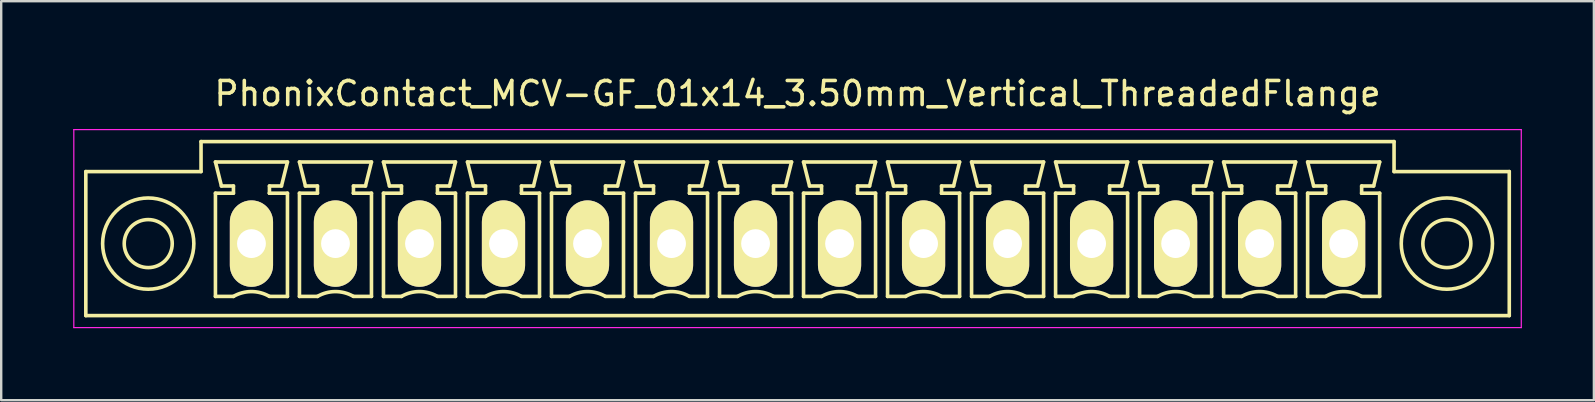
<source format=kicad_pcb>
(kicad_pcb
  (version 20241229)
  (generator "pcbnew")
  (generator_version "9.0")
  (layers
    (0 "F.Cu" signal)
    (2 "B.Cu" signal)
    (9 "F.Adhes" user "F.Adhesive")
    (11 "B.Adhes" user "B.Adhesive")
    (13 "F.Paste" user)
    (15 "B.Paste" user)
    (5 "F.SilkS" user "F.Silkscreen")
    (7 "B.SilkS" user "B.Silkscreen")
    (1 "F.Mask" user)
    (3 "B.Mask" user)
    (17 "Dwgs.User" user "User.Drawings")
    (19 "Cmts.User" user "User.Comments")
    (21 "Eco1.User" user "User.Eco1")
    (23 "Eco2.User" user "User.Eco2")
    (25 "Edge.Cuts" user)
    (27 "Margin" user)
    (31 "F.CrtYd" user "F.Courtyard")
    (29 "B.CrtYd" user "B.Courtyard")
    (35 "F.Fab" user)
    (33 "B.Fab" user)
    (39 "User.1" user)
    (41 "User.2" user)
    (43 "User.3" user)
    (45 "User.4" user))
  (footprint "PhonixContact_MCV-GF_01x14_3.50mm_Vertical_ThreadedFlange"
    (layer "F.Cu")
    (at 7.425 7.098)
    (property "Reference" "PhonixContact_MCV-GF_01x14_3.50mm_Vertical_ThreadedFlange" (at 22.75 -6.25 0) (layer "F.SilkS") (effects (font (size 1 1) (thickness 0.15))))
    (attr through_hole)
    (fp_line (start -6.9 -3) (end -6.9 3) (stroke (width 0.15) (type solid)) (layer "F.SilkS"))
    (fp_line (start -6.9 3) (end 52.4 3) (stroke (width 0.15) (type solid)) (layer "F.SilkS"))
    (fp_line (start -2.1 -4.25) (end -2.1 -3) (stroke (width 0.15) (type solid)) (layer "F.SilkS"))
    (fp_line (start -2.1 -3) (end -6.9 -3) (stroke (width 0.15) (type solid)) (layer "F.SilkS"))
    (fp_line (start -1.5 -3.4) (end 1.5 -3.4) (stroke (width 0.15) (type solid)) (layer "F.SilkS"))
    (fp_line (start -1.5 -2.1) (end -0.75 -2.1) (stroke (width 0.15) (type solid)) (layer "F.SilkS"))
    (fp_line (start -1.5 2.2) (end -1.5 -2.1) (stroke (width 0.15) (type solid)) (layer "F.SilkS"))
    (fp_line (start -1.25 -2.4) (end -1.5 -3.4) (stroke (width 0.15) (type solid)) (layer "F.SilkS"))
    (fp_line (start -0.75 -2.4) (end -1.25 -2.4) (stroke (width 0.15) (type solid)) (layer "F.SilkS"))
    (fp_line (start -0.75 -2.1) (end -0.75 -2.4) (stroke (width 0.15) (type solid)) (layer "F.SilkS"))
    (fp_line (start -0.75 2.2) (end -1.5 2.2) (stroke (width 0.15) (type solid)) (layer "F.SilkS"))
    (fp_line (start 0.75 -2.4) (end 0.75 -2.1) (stroke (width 0.15) (type solid)) (layer "F.SilkS"))
    (fp_line (start 0.75 -2.1) (end 0.75 -2.1) (stroke (width 0.15) (type solid)) (layer "F.SilkS"))
    (fp_line (start 0.75 -2.1) (end 1.5 -2.1) (stroke (width 0.15) (type solid)) (layer "F.SilkS"))
    (fp_line (start 1.25 -2.4) (end 0.75 -2.4) (stroke (width 0.15) (type solid)) (layer "F.SilkS"))
    (fp_line (start 1.5 -3.4) (end 1.25 -2.4) (stroke (width 0.15) (type solid)) (layer "F.SilkS"))
    (fp_line (start 1.5 -2.1) (end 1.5 2.2) (stroke (width 0.15) (type solid)) (layer "F.SilkS"))
    (fp_line (start 1.5 2.2) (end 0.75 2.2) (stroke (width 0.15) (type solid)) (layer "F.SilkS"))
    (fp_line (start 2 -3.4) (end 5 -3.4) (stroke (width 0.15) (type solid)) (layer "F.SilkS"))
    (fp_line (start 2 -2.1) (end 2.75 -2.1) (stroke (width 0.15) (type solid)) (layer "F.SilkS"))
    (fp_line (start 2 2.2) (end 2 -2.1) (stroke (width 0.15) (type solid)) (layer "F.SilkS"))
    (fp_line (start 2.25 -2.4) (end 2 -3.4) (stroke (width 0.15) (type solid)) (layer "F.SilkS"))
    (fp_line (start 2.75 -2.4) (end 2.25 -2.4) (stroke (width 0.15) (type solid)) (layer "F.SilkS"))
    (fp_line (start 2.75 -2.1) (end 2.75 -2.4) (stroke (width 0.15) (type solid)) (layer "F.SilkS"))
    (fp_line (start 2.75 2.2) (end 2 2.2) (stroke (width 0.15) (type solid)) (layer "F.SilkS"))
    (fp_line (start 4.25 -2.4) (end 4.25 -2.1) (stroke (width 0.15) (type solid)) (layer "F.SilkS"))
    (fp_line (start 4.25 -2.1) (end 4.25 -2.1) (stroke (width 0.15) (type solid)) (layer "F.SilkS"))
    (fp_line (start 4.25 -2.1) (end 5 -2.1) (stroke (width 0.15) (type solid)) (layer "F.SilkS"))
    (fp_line (start 4.75 -2.4) (end 4.25 -2.4) (stroke (width 0.15) (type solid)) (layer "F.SilkS"))
    (fp_line (start 5 -3.4) (end 4.75 -2.4) (stroke (width 0.15) (type solid)) (layer "F.SilkS"))
    (fp_line (start 5 -2.1) (end 5 2.2) (stroke (width 0.15) (type solid)) (layer "F.SilkS"))
    (fp_line (start 5 2.2) (end 4.25 2.2) (stroke (width 0.15) (type solid)) (layer "F.SilkS"))
    (fp_line (start 5.5 -3.4) (end 8.5 -3.4) (stroke (width 0.15) (type solid)) (layer "F.SilkS"))
    (fp_line (start 5.5 -2.1) (end 6.25 -2.1) (stroke (width 0.15) (type solid)) (layer "F.SilkS"))
    (fp_line (start 5.5 2.2) (end 5.5 -2.1) (stroke (width 0.15) (type solid)) (layer "F.SilkS"))
    (fp_line (start 5.75 -2.4) (end 5.5 -3.4) (stroke (width 0.15) (type solid)) (layer "F.SilkS"))
    (fp_line (start 6.25 -2.4) (end 5.75 -2.4) (stroke (width 0.15) (type solid)) (layer "F.SilkS"))
    (fp_line (start 6.25 -2.1) (end 6.25 -2.4) (stroke (width 0.15) (type solid)) (layer "F.SilkS"))
    (fp_line (start 6.25 2.2) (end 5.5 2.2) (stroke (width 0.15) (type solid)) (layer "F.SilkS"))
    (fp_line (start 7.75 -2.4) (end 7.75 -2.1) (stroke (width 0.15) (type solid)) (layer "F.SilkS"))
    (fp_line (start 7.75 -2.1) (end 7.75 -2.1) (stroke (width 0.15) (type solid)) (layer "F.SilkS"))
    (fp_line (start 7.75 -2.1) (end 8.5 -2.1) (stroke (width 0.15) (type solid)) (layer "F.SilkS"))
    (fp_line (start 8.25 -2.4) (end 7.75 -2.4) (stroke (width 0.15) (type solid)) (layer "F.SilkS"))
    (fp_line (start 8.5 -3.4) (end 8.25 -2.4) (stroke (width 0.15) (type solid)) (layer "F.SilkS"))
    (fp_line (start 8.5 -2.1) (end 8.5 2.2) (stroke (width 0.15) (type solid)) (layer "F.SilkS"))
    (fp_line (start 8.5 2.2) (end 7.75 2.2) (stroke (width 0.15) (type solid)) (layer "F.SilkS"))
    (fp_line (start 9 -3.4) (end 12 -3.4) (stroke (width 0.15) (type solid)) (layer "F.SilkS"))
    (fp_line (start 9 -2.1) (end 9.75 -2.1) (stroke (width 0.15) (type solid)) (layer "F.SilkS"))
    (fp_line (start 9 2.2) (end 9 -2.1) (stroke (width 0.15) (type solid)) (layer "F.SilkS"))
    (fp_line (start 9.25 -2.4) (end 9 -3.4) (stroke (width 0.15) (type solid)) (layer "F.SilkS"))
    (fp_line (start 9.75 -2.4) (end 9.25 -2.4) (stroke (width 0.15) (type solid)) (layer "F.SilkS"))
    (fp_line (start 9.75 -2.1) (end 9.75 -2.4) (stroke (width 0.15) (type solid)) (layer "F.SilkS"))
    (fp_line (start 9.75 2.2) (end 9 2.2) (stroke (width 0.15) (type solid)) (layer "F.SilkS"))
    (fp_line (start 11.25 -2.4) (end 11.25 -2.1) (stroke (width 0.15) (type solid)) (layer "F.SilkS"))
    (fp_line (start 11.25 -2.1) (end 11.25 -2.1) (stroke (width 0.15) (type solid)) (layer "F.SilkS"))
    (fp_line (start 11.25 -2.1) (end 12 -2.1) (stroke (width 0.15) (type solid)) (layer "F.SilkS"))
    (fp_line (start 11.75 -2.4) (end 11.25 -2.4) (stroke (width 0.15) (type solid)) (layer "F.SilkS"))
    (fp_line (start 12 -3.4) (end 11.75 -2.4) (stroke (width 0.15) (type solid)) (layer "F.SilkS"))
    (fp_line (start 12 -2.1) (end 12 2.2) (stroke (width 0.15) (type solid)) (layer "F.SilkS"))
    (fp_line (start 12 2.2) (end 11.25 2.2) (stroke (width 0.15) (type solid)) (layer "F.SilkS"))
    (fp_line (start 12.5 -3.4) (end 15.5 -3.4) (stroke (width 0.15) (type solid)) (layer "F.SilkS"))
    (fp_line (start 12.5 -2.1) (end 13.25 -2.1) (stroke (width 0.15) (type solid)) (layer "F.SilkS"))
    (fp_line (start 12.5 2.2) (end 12.5 -2.1) (stroke (width 0.15) (type solid)) (layer "F.SilkS"))
    (fp_line (start 12.75 -2.4) (end 12.5 -3.4) (stroke (width 0.15) (type solid)) (layer "F.SilkS"))
    (fp_line (start 13.25 -2.4) (end 12.75 -2.4) (stroke (width 0.15) (type solid)) (layer "F.SilkS"))
    (fp_line (start 13.25 -2.1) (end 13.25 -2.4) (stroke (width 0.15) (type solid)) (layer "F.SilkS"))
    (fp_line (start 13.25 2.2) (end 12.5 2.2) (stroke (width 0.15) (type solid)) (layer "F.SilkS"))
    (fp_line (start 14.75 -2.4) (end 14.75 -2.1) (stroke (width 0.15) (type solid)) (layer "F.SilkS"))
    (fp_line (start 14.75 -2.1) (end 14.75 -2.1) (stroke (width 0.15) (type solid)) (layer "F.SilkS"))
    (fp_line (start 14.75 -2.1) (end 15.5 -2.1) (stroke (width 0.15) (type solid)) (layer "F.SilkS"))
    (fp_line (start 15.25 -2.4) (end 14.75 -2.4) (stroke (width 0.15) (type solid)) (layer "F.SilkS"))
    (fp_line (start 15.5 -3.4) (end 15.25 -2.4) (stroke (width 0.15) (type solid)) (layer "F.SilkS"))
    (fp_line (start 15.5 -2.1) (end 15.5 2.2) (stroke (width 0.15) (type solid)) (layer "F.SilkS"))
    (fp_line (start 15.5 2.2) (end 14.75 2.2) (stroke (width 0.15) (type solid)) (layer "F.SilkS"))
    (fp_line (start 16 -3.4) (end 19 -3.4) (stroke (width 0.15) (type solid)) (layer "F.SilkS"))
    (fp_line (start 16 -2.1) (end 16.75 -2.1) (stroke (width 0.15) (type solid)) (layer "F.SilkS"))
    (fp_line (start 16 2.2) (end 16 -2.1) (stroke (width 0.15) (type solid)) (layer "F.SilkS"))
    (fp_line (start 16.25 -2.4) (end 16 -3.4) (stroke (width 0.15) (type solid)) (layer "F.SilkS"))
    (fp_line (start 16.75 -2.4) (end 16.25 -2.4) (stroke (width 0.15) (type solid)) (layer "F.SilkS"))
    (fp_line (start 16.75 -2.1) (end 16.75 -2.4) (stroke (width 0.15) (type solid)) (layer "F.SilkS"))
    (fp_line (start 16.75 2.2) (end 16 2.2) (stroke (width 0.15) (type solid)) (layer "F.SilkS"))
    (fp_line (start 18.25 -2.4) (end 18.25 -2.1) (stroke (width 0.15) (type solid)) (layer "F.SilkS"))
    (fp_line (start 18.25 -2.1) (end 18.25 -2.1) (stroke (width 0.15) (type solid)) (layer "F.SilkS"))
    (fp_line (start 18.25 -2.1) (end 19 -2.1) (stroke (width 0.15) (type solid)) (layer "F.SilkS"))
    (fp_line (start 18.75 -2.4) (end 18.25 -2.4) (stroke (width 0.15) (type solid)) (layer "F.SilkS"))
    (fp_line (start 19 -3.4) (end 18.75 -2.4) (stroke (width 0.15) (type solid)) (layer "F.SilkS"))
    (fp_line (start 19 -2.1) (end 19 2.2) (stroke (width 0.15) (type solid)) (layer "F.SilkS"))
    (fp_line (start 19 2.2) (end 18.25 2.2) (stroke (width 0.15) (type solid)) (layer "F.SilkS"))
    (fp_line (start 19.5 -3.4) (end 22.5 -3.4) (stroke (width 0.15) (type solid)) (layer "F.SilkS"))
    (fp_line (start 19.5 -2.1) (end 20.25 -2.1) (stroke (width 0.15) (type solid)) (layer "F.SilkS"))
    (fp_line (start 19.5 2.2) (end 19.5 -2.1) (stroke (width 0.15) (type solid)) (layer "F.SilkS"))
    (fp_line (start 19.75 -2.4) (end 19.5 -3.4) (stroke (width 0.15) (type solid)) (layer "F.SilkS"))
    (fp_line (start 20.25 -2.4) (end 19.75 -2.4) (stroke (width 0.15) (type solid)) (layer "F.SilkS"))
    (fp_line (start 20.25 -2.1) (end 20.25 -2.4) (stroke (width 0.15) (type solid)) (layer "F.SilkS"))
    (fp_line (start 20.25 2.2) (end 19.5 2.2) (stroke (width 0.15) (type solid)) (layer "F.SilkS"))
    (fp_line (start 21.75 -2.4) (end 21.75 -2.1) (stroke (width 0.15) (type solid)) (layer "F.SilkS"))
    (fp_line (start 21.75 -2.1) (end 21.75 -2.1) (stroke (width 0.15) (type solid)) (layer "F.SilkS"))
    (fp_line (start 21.75 -2.1) (end 22.5 -2.1) (stroke (width 0.15) (type solid)) (layer "F.SilkS"))
    (fp_line (start 22.25 -2.4) (end 21.75 -2.4) (stroke (width 0.15) (type solid)) (layer "F.SilkS"))
    (fp_line (start 22.5 -3.4) (end 22.25 -2.4) (stroke (width 0.15) (type solid)) (layer "F.SilkS"))
    (fp_line (start 22.5 -2.1) (end 22.5 2.2) (stroke (width 0.15) (type solid)) (layer "F.SilkS"))
    (fp_line (start 22.5 2.2) (end 21.75 2.2) (stroke (width 0.15) (type solid)) (layer "F.SilkS"))
    (fp_line (start 23 -3.4) (end 26 -3.4) (stroke (width 0.15) (type solid)) (layer "F.SilkS"))
    (fp_line (start 23 -2.1) (end 23.75 -2.1) (stroke (width 0.15) (type solid)) (layer "F.SilkS"))
    (fp_line (start 23 2.2) (end 23 -2.1) (stroke (width 0.15) (type solid)) (layer "F.SilkS"))
    (fp_line (start 23.25 -2.4) (end 23 -3.4) (stroke (width 0.15) (type solid)) (layer "F.SilkS"))
    (fp_line (start 23.75 -2.4) (end 23.25 -2.4) (stroke (width 0.15) (type solid)) (layer "F.SilkS"))
    (fp_line (start 23.75 -2.1) (end 23.75 -2.4) (stroke (width 0.15) (type solid)) (layer "F.SilkS"))
    (fp_line (start 23.75 2.2) (end 23 2.2) (stroke (width 0.15) (type solid)) (layer "F.SilkS"))
    (fp_line (start 25.25 -2.4) (end 25.25 -2.1) (stroke (width 0.15) (type solid)) (layer "F.SilkS"))
    (fp_line (start 25.25 -2.1) (end 25.25 -2.1) (stroke (width 0.15) (type solid)) (layer "F.SilkS"))
    (fp_line (start 25.25 -2.1) (end 26 -2.1) (stroke (width 0.15) (type solid)) (layer "F.SilkS"))
    (fp_line (start 25.75 -2.4) (end 25.25 -2.4) (stroke (width 0.15) (type solid)) (layer "F.SilkS"))
    (fp_line (start 26 -3.4) (end 25.75 -2.4) (stroke (width 0.15) (type solid)) (layer "F.SilkS"))
    (fp_line (start 26 -2.1) (end 26 2.2) (stroke (width 0.15) (type solid)) (layer "F.SilkS"))
    (fp_line (start 26 2.2) (end 25.25 2.2) (stroke (width 0.15) (type solid)) (layer "F.SilkS"))
    (fp_line (start 26.5 -3.4) (end 29.5 -3.4) (stroke (width 0.15) (type solid)) (layer "F.SilkS"))
    (fp_line (start 26.5 -2.1) (end 27.25 -2.1) (stroke (width 0.15) (type solid)) (layer "F.SilkS"))
    (fp_line (start 26.5 2.2) (end 26.5 -2.1) (stroke (width 0.15) (type solid)) (layer "F.SilkS"))
    (fp_line (start 26.75 -2.4) (end 26.5 -3.4) (stroke (width 0.15) (type solid)) (layer "F.SilkS"))
    (fp_line (start 27.25 -2.4) (end 26.75 -2.4) (stroke (width 0.15) (type solid)) (layer "F.SilkS"))
    (fp_line (start 27.25 -2.1) (end 27.25 -2.4) (stroke (width 0.15) (type solid)) (layer "F.SilkS"))
    (fp_line (start 27.25 2.2) (end 26.5 2.2) (stroke (width 0.15) (type solid)) (layer "F.SilkS"))
    (fp_line (start 28.75 -2.4) (end 28.75 -2.1) (stroke (width 0.15) (type solid)) (layer "F.SilkS"))
    (fp_line (start 28.75 -2.1) (end 28.75 -2.1) (stroke (width 0.15) (type solid)) (layer "F.SilkS"))
    (fp_line (start 28.75 -2.1) (end 29.5 -2.1) (stroke (width 0.15) (type solid)) (layer "F.SilkS"))
    (fp_line (start 29.25 -2.4) (end 28.75 -2.4) (stroke (width 0.15) (type solid)) (layer "F.SilkS"))
    (fp_line (start 29.5 -3.4) (end 29.25 -2.4) (stroke (width 0.15) (type solid)) (layer "F.SilkS"))
    (fp_line (start 29.5 -2.1) (end 29.5 2.2) (stroke (width 0.15) (type solid)) (layer "F.SilkS"))
    (fp_line (start 29.5 2.2) (end 28.75 2.2) (stroke (width 0.15) (type solid)) (layer "F.SilkS"))
    (fp_line (start 30 -3.4) (end 33 -3.4) (stroke (width 0.15) (type solid)) (layer "F.SilkS"))
    (fp_line (start 30 -2.1) (end 30.75 -2.1) (stroke (width 0.15) (type solid)) (layer "F.SilkS"))
    (fp_line (start 30 2.2) (end 30 -2.1) (stroke (width 0.15) (type solid)) (layer "F.SilkS"))
    (fp_line (start 30.25 -2.4) (end 30 -3.4) (stroke (width 0.15) (type solid)) (layer "F.SilkS"))
    (fp_line (start 30.75 -2.4) (end 30.25 -2.4) (stroke (width 0.15) (type solid)) (layer "F.SilkS"))
    (fp_line (start 30.75 -2.1) (end 30.75 -2.4) (stroke (width 0.15) (type solid)) (layer "F.SilkS"))
    (fp_line (start 30.75 2.2) (end 30 2.2) (stroke (width 0.15) (type solid)) (layer "F.SilkS"))
    (fp_line (start 32.25 -2.4) (end 32.25 -2.1) (stroke (width 0.15) (type solid)) (layer "F.SilkS"))
    (fp_line (start 32.25 -2.1) (end 32.25 -2.1) (stroke (width 0.15) (type solid)) (layer "F.SilkS"))
    (fp_line (start 32.25 -2.1) (end 33 -2.1) (stroke (width 0.15) (type solid)) (layer "F.SilkS"))
    (fp_line (start 32.75 -2.4) (end 32.25 -2.4) (stroke (width 0.15) (type solid)) (layer "F.SilkS"))
    (fp_line (start 33 -3.4) (end 32.75 -2.4) (stroke (width 0.15) (type solid)) (layer "F.SilkS"))
    (fp_line (start 33 -2.1) (end 33 2.2) (stroke (width 0.15) (type solid)) (layer "F.SilkS"))
    (fp_line (start 33 2.2) (end 32.25 2.2) (stroke (width 0.15) (type solid)) (layer "F.SilkS"))
    (fp_line (start 33.5 -3.4) (end 36.5 -3.4) (stroke (width 0.15) (type solid)) (layer "F.SilkS"))
    (fp_line (start 33.5 -2.1) (end 34.25 -2.1) (stroke (width 0.15) (type solid)) (layer "F.SilkS"))
    (fp_line (start 33.5 2.2) (end 33.5 -2.1) (stroke (width 0.15) (type solid)) (layer "F.SilkS"))
    (fp_line (start 33.75 -2.4) (end 33.5 -3.4) (stroke (width 0.15) (type solid)) (layer "F.SilkS"))
    (fp_line (start 34.25 -2.4) (end 33.75 -2.4) (stroke (width 0.15) (type solid)) (layer "F.SilkS"))
    (fp_line (start 34.25 -2.1) (end 34.25 -2.4) (stroke (width 0.15) (type solid)) (layer "F.SilkS"))
    (fp_line (start 34.25 2.2) (end 33.5 2.2) (stroke (width 0.15) (type solid)) (layer "F.SilkS"))
    (fp_line (start 35.75 -2.4) (end 35.75 -2.1) (stroke (width 0.15) (type solid)) (layer "F.SilkS"))
    (fp_line (start 35.75 -2.1) (end 35.75 -2.1) (stroke (width 0.15) (type solid)) (layer "F.SilkS"))
    (fp_line (start 35.75 -2.1) (end 36.5 -2.1) (stroke (width 0.15) (type solid)) (layer "F.SilkS"))
    (fp_line (start 36.25 -2.4) (end 35.75 -2.4) (stroke (width 0.15) (type solid)) (layer "F.SilkS"))
    (fp_line (start 36.5 -3.4) (end 36.25 -2.4) (stroke (width 0.15) (type solid)) (layer "F.SilkS"))
    (fp_line (start 36.5 -2.1) (end 36.5 2.2) (stroke (width 0.15) (type solid)) (layer "F.SilkS"))
    (fp_line (start 36.5 2.2) (end 35.75 2.2) (stroke (width 0.15) (type solid)) (layer "F.SilkS"))
    (fp_line (start 37 -3.4) (end 40 -3.4) (stroke (width 0.15) (type solid)) (layer "F.SilkS"))
    (fp_line (start 37 -2.1) (end 37.75 -2.1) (stroke (width 0.15) (type solid)) (layer "F.SilkS"))
    (fp_line (start 37 2.2) (end 37 -2.1) (stroke (width 0.15) (type solid)) (layer "F.SilkS"))
    (fp_line (start 37.25 -2.4) (end 37 -3.4) (stroke (width 0.15) (type solid)) (layer "F.SilkS"))
    (fp_line (start 37.75 -2.4) (end 37.25 -2.4) (stroke (width 0.15) (type solid)) (layer "F.SilkS"))
    (fp_line (start 37.75 -2.1) (end 37.75 -2.4) (stroke (width 0.15) (type solid)) (layer "F.SilkS"))
    (fp_line (start 37.75 2.2) (end 37 2.2) (stroke (width 0.15) (type solid)) (layer "F.SilkS"))
    (fp_line (start 39.25 -2.4) (end 39.25 -2.1) (stroke (width 0.15) (type solid)) (layer "F.SilkS"))
    (fp_line (start 39.25 -2.1) (end 39.25 -2.1) (stroke (width 0.15) (type solid)) (layer "F.SilkS"))
    (fp_line (start 39.25 -2.1) (end 40 -2.1) (stroke (width 0.15) (type solid)) (layer "F.SilkS"))
    (fp_line (start 39.75 -2.4) (end 39.25 -2.4) (stroke (width 0.15) (type solid)) (layer "F.SilkS"))
    (fp_line (start 40 -3.4) (end 39.75 -2.4) (stroke (width 0.15) (type solid)) (layer "F.SilkS"))
    (fp_line (start 40 -2.1) (end 40 2.2) (stroke (width 0.15) (type solid)) (layer "F.SilkS"))
    (fp_line (start 40 2.2) (end 39.25 2.2) (stroke (width 0.15) (type solid)) (layer "F.SilkS"))
    (fp_line (start 40.5 -3.4) (end 43.5 -3.4) (stroke (width 0.15) (type solid)) (layer "F.SilkS"))
    (fp_line (start 40.5 -2.1) (end 41.25 -2.1) (stroke (width 0.15) (type solid)) (layer "F.SilkS"))
    (fp_line (start 40.5 2.2) (end 40.5 -2.1) (stroke (width 0.15) (type solid)) (layer "F.SilkS"))
    (fp_line (start 40.75 -2.4) (end 40.5 -3.4) (stroke (width 0.15) (type solid)) (layer "F.SilkS"))
    (fp_line (start 41.25 -2.4) (end 40.75 -2.4) (stroke (width 0.15) (type solid)) (layer "F.SilkS"))
    (fp_line (start 41.25 -2.1) (end 41.25 -2.4) (stroke (width 0.15) (type solid)) (layer "F.SilkS"))
    (fp_line (start 41.25 2.2) (end 40.5 2.2) (stroke (width 0.15) (type solid)) (layer "F.SilkS"))
    (fp_line (start 42.75 -2.4) (end 42.75 -2.1) (stroke (width 0.15) (type solid)) (layer "F.SilkS"))
    (fp_line (start 42.75 -2.1) (end 42.75 -2.1) (stroke (width 0.15) (type solid)) (layer "F.SilkS"))
    (fp_line (start 42.75 -2.1) (end 43.5 -2.1) (stroke (width 0.15) (type solid)) (layer "F.SilkS"))
    (fp_line (start 43.25 -2.4) (end 42.75 -2.4) (stroke (width 0.15) (type solid)) (layer "F.SilkS"))
    (fp_line (start 43.5 -3.4) (end 43.25 -2.4) (stroke (width 0.15) (type solid)) (layer "F.SilkS"))
    (fp_line (start 43.5 -2.1) (end 43.5 2.2) (stroke (width 0.15) (type solid)) (layer "F.SilkS"))
    (fp_line (start 43.5 2.2) (end 42.75 2.2) (stroke (width 0.15) (type solid)) (layer "F.SilkS"))
    (fp_line (start 44 -3.4) (end 47 -3.4) (stroke (width 0.15) (type solid)) (layer "F.SilkS"))
    (fp_line (start 44 -2.1) (end 44.75 -2.1) (stroke (width 0.15) (type solid)) (layer "F.SilkS"))
    (fp_line (start 44 2.2) (end 44 -2.1) (stroke (width 0.15) (type solid)) (layer "F.SilkS"))
    (fp_line (start 44.25 -2.4) (end 44 -3.4) (stroke (width 0.15) (type solid)) (layer "F.SilkS"))
    (fp_line (start 44.75 -2.4) (end 44.25 -2.4) (stroke (width 0.15) (type solid)) (layer "F.SilkS"))
    (fp_line (start 44.75 -2.1) (end 44.75 -2.4) (stroke (width 0.15) (type solid)) (layer "F.SilkS"))
    (fp_line (start 44.75 2.2) (end 44 2.2) (stroke (width 0.15) (type solid)) (layer "F.SilkS"))
    (fp_line (start 46.25 -2.4) (end 46.25 -2.1) (stroke (width 0.15) (type solid)) (layer "F.SilkS"))
    (fp_line (start 46.25 -2.1) (end 46.25 -2.1) (stroke (width 0.15) (type solid)) (layer "F.SilkS"))
    (fp_line (start 46.25 -2.1) (end 47 -2.1) (stroke (width 0.15) (type solid)) (layer "F.SilkS"))
    (fp_line (start 46.75 -2.4) (end 46.25 -2.4) (stroke (width 0.15) (type solid)) (layer "F.SilkS"))
    (fp_line (start 47 -3.4) (end 46.75 -2.4) (stroke (width 0.15) (type solid)) (layer "F.SilkS"))
    (fp_line (start 47 -2.1) (end 47 2.2) (stroke (width 0.15) (type solid)) (layer "F.SilkS"))
    (fp_line (start 47 2.2) (end 46.25 2.2) (stroke (width 0.15) (type solid)) (layer "F.SilkS"))
    (fp_line (start 47.6 -4.25) (end -2.1 -4.25) (stroke (width 0.15) (type solid)) (layer "F.SilkS"))
    (fp_line (start 47.6 -3) (end 47.6 -4.25) (stroke (width 0.15) (type solid)) (layer "F.SilkS"))
    (fp_line (start 52.4 -3) (end 47.6 -3) (stroke (width 0.15) (type solid)) (layer "F.SilkS"))
    (fp_line (start 52.4 3) (end 52.4 -3) (stroke (width 0.15) (type solid)) (layer "F.SilkS"))
    (fp_arc (start -0.75 2.2) (mid -0.006068 1.999179) (end 0.739464 2.193978) (stroke (width 0.15) (type solid)) (layer "F.SilkS"))
    (fp_arc (start 2.75 2.2) (mid 3.493932 1.999179) (end 4.239464 2.193978) (stroke (width 0.15) (type solid)) (layer "F.SilkS"))
    (fp_arc (start 6.25 2.2) (mid 6.993932 1.999179) (end 7.739464 2.193978) (stroke (width 0.15) (type solid)) (layer "F.SilkS"))
    (fp_arc (start 9.75 2.2) (mid 10.493932 1.999179) (end 11.239464 2.193978) (stroke (width 0.15) (type solid)) (layer "F.SilkS"))
    (fp_arc (start 13.25 2.2) (mid 13.993932 1.999179) (end 14.739464 2.193978) (stroke (width 0.15) (type solid)) (layer "F.SilkS"))
    (fp_arc (start 16.75 2.2) (mid 17.493932 1.999179) (end 18.239464 2.193978) (stroke (width 0.15) (type solid)) (layer "F.SilkS"))
    (fp_arc (start 20.25 2.2) (mid 20.993932 1.999179) (end 21.739464 2.193978) (stroke (width 0.15) (type solid)) (layer "F.SilkS"))
    (fp_arc (start 23.75 2.2) (mid 24.493932 1.999179) (end 25.239464 2.193978) (stroke (width 0.15) (type solid)) (layer "F.SilkS"))
    (fp_arc (start 27.25 2.2) (mid 27.993932 1.999179) (end 28.739464 2.193978) (stroke (width 0.15) (type solid)) (layer "F.SilkS"))
    (fp_arc (start 30.75 2.2) (mid 31.493932 1.999179) (end 32.239464 2.193978) (stroke (width 0.15) (type solid)) (layer "F.SilkS"))
    (fp_arc (start 34.25 2.2) (mid 34.993932 1.999179) (end 35.739464 2.193978) (stroke (width 0.15) (type solid)) (layer "F.SilkS"))
    (fp_arc (start 37.75 2.2) (mid 38.493932 1.999179) (end 39.239464 2.193978) (stroke (width 0.15) (type solid)) (layer "F.SilkS"))
    (fp_arc (start 41.25 2.2) (mid 41.993932 1.999179) (end 42.739464 2.193978) (stroke (width 0.15) (type solid)) (layer "F.SilkS"))
    (fp_arc (start 44.75 2.2) (mid 45.493932 1.999179) (end 46.239464 2.193978) (stroke (width 0.15) (type solid)) (layer "F.SilkS"))
    (fp_circle (center -4.3 0) (end -3.3 0) (stroke (width 0.15) (type solid)) (fill no) (layer "F.SilkS"))
    (fp_circle (center -4.3 0) (end -2.4 0) (stroke (width 0.15) (type solid)) (fill no) (layer "F.SilkS"))
    (fp_circle (center 49.8 0) (end 50.8 0) (stroke (width 0.15) (type solid)) (fill no) (layer "F.SilkS"))
    (fp_circle (center 49.8 0) (end 51.7 0) (stroke (width 0.15) (type solid)) (fill no) (layer "F.SilkS"))
    (fp_line (start -7.4 -4.75) (end -7.4 3.5) (stroke (width 0.05) (type solid)) (layer "F.CrtYd"))
    (fp_line (start -7.4 3.5) (end 52.9 3.5) (stroke (width 0.05) (type solid)) (layer "F.CrtYd"))
    (fp_line (start 52.9 -4.75) (end -7.4 -4.75) (stroke (width 0.05) (type solid)) (layer "F.CrtYd"))
    (fp_line (start 52.9 3.5) (end 52.9 -4.75) (stroke (width 0.05) (type solid)) (layer "F.CrtYd"))
    (pad "1" thru_hole oval (at 0 0) (size 1.8 3.6) (drill 1.2) (layers "*.Cu" "*.Mask" "F.SilkS"))
    (pad "2" thru_hole oval (at 3.5 0) (size 1.8 3.6) (drill 1.2) (layers "*.Cu" "*.Mask" "F.SilkS"))
    (pad "3" thru_hole oval (at 7 0) (size 1.8 3.6) (drill 1.2) (layers "*.Cu" "*.Mask" "F.SilkS"))
    (pad "4" thru_hole oval (at 10.5 0) (size 1.8 3.6) (drill 1.2) (layers "*.Cu" "*.Mask" "F.SilkS"))
    (pad "5" thru_hole oval (at 14 0) (size 1.8 3.6) (drill 1.2) (layers "*.Cu" "*.Mask" "F.SilkS"))
    (pad "6" thru_hole oval (at 17.5 0) (size 1.8 3.6) (drill 1.2) (layers "*.Cu" "*.Mask" "F.SilkS"))
    (pad "7" thru_hole oval (at 21 0) (size 1.8 3.6) (drill 1.2) (layers "*.Cu" "*.Mask" "F.SilkS"))
    (pad "8" thru_hole oval (at 24.5 0) (size 1.8 3.6) (drill 1.2) (layers "*.Cu" "*.Mask" "F.SilkS"))
    (pad "9" thru_hole oval (at 28 0) (size 1.8 3.6) (drill 1.2) (layers "*.Cu" "*.Mask" "F.SilkS"))
    (pad "10" thru_hole oval (at 31.5 0) (size 1.8 3.6) (drill 1.2) (layers "*.Cu" "*.Mask" "F.SilkS"))
    (pad "11" thru_hole oval (at 35 0) (size 1.8 3.6) (drill 1.2) (layers "*.Cu" "*.Mask" "F.SilkS"))
    (pad "12" thru_hole oval (at 38.5 0) (size 1.8 3.6) (drill 1.2) (layers "*.Cu" "*.Mask" "F.SilkS"))
    (pad "13" thru_hole oval (at 42 0) (size 1.8 3.6) (drill 1.2) (layers "*.Cu" "*.Mask" "F.SilkS"))
    (pad "14" thru_hole oval (at 45.5 0) (size 1.8 3.6) (drill 1.2) (layers "*.Cu" "*.Mask" "F.SilkS")))
  (gr_rect
    (start -3 -3)
    (end 63.35 13.623)
    (stroke (width 0.1) (type default))
    (fill no)
    (layer "Edge.Cuts")))
</source>
